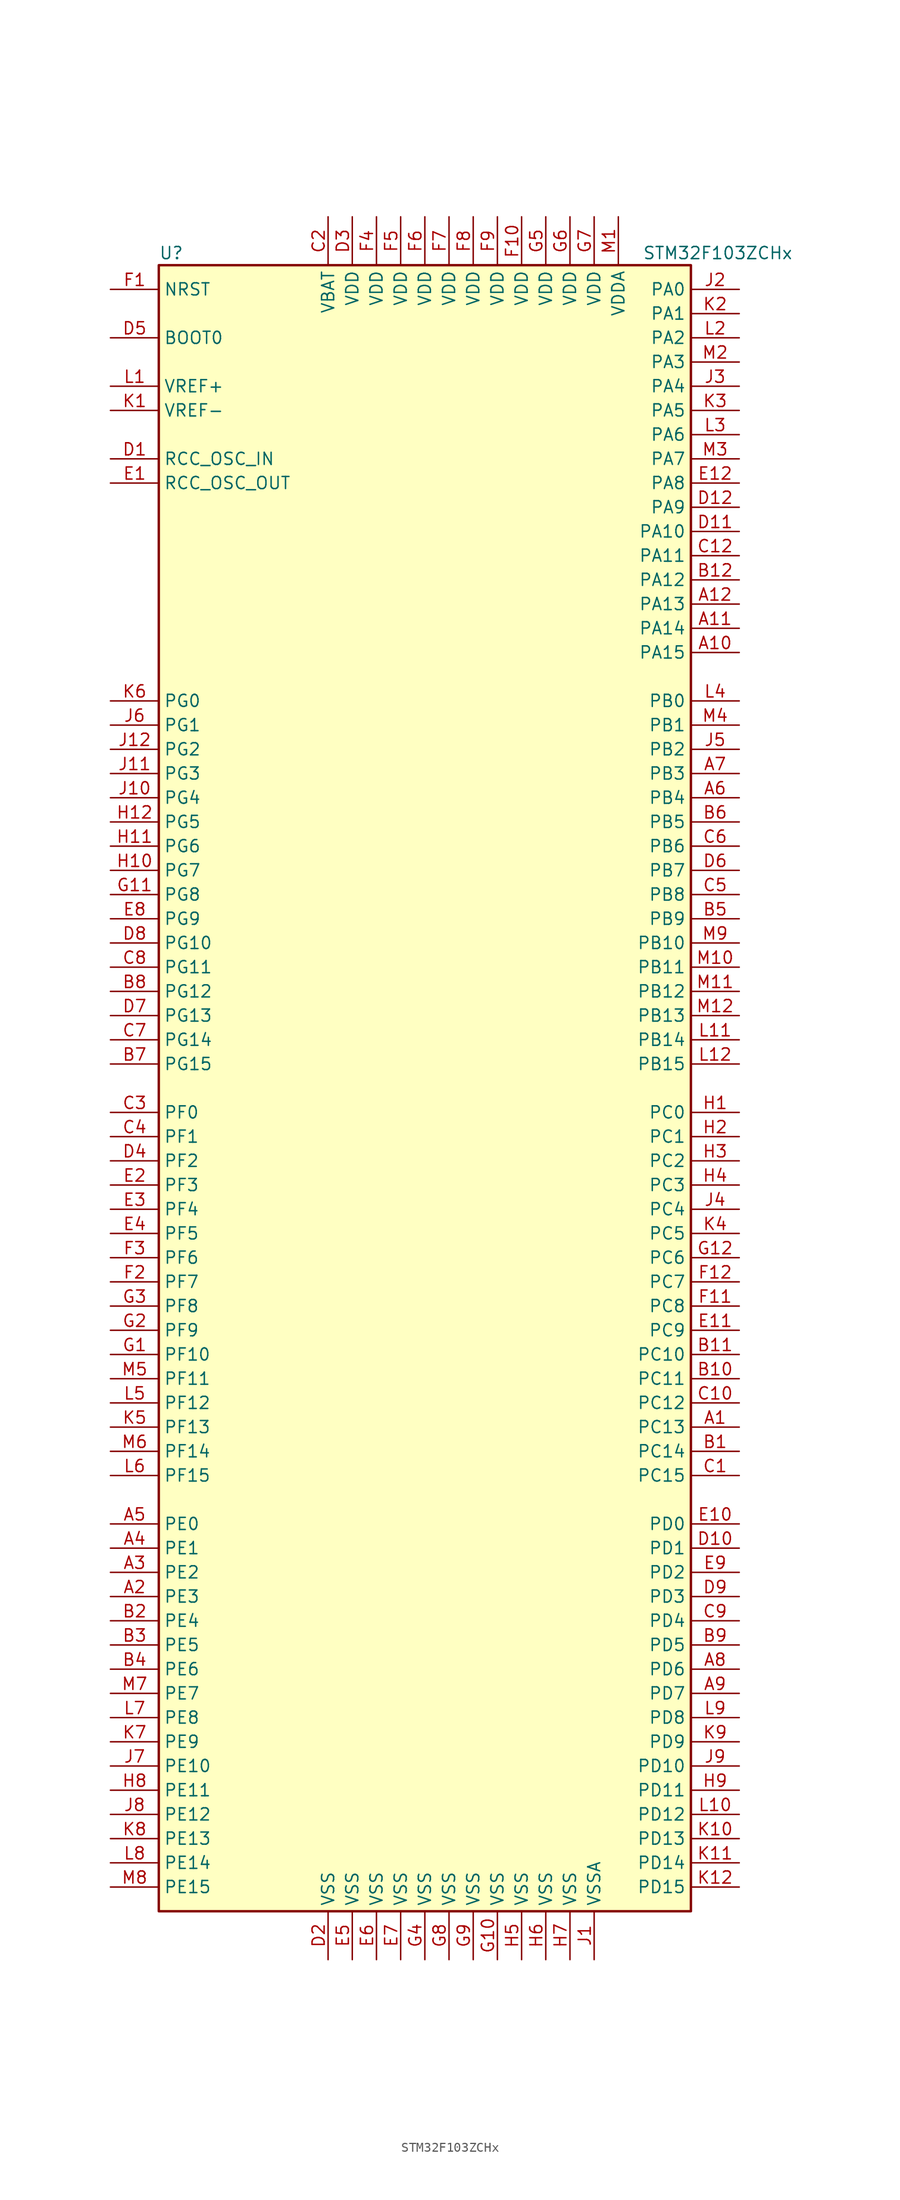
<source format=kicad_sym>
(kicad_symbol_lib
  (version 20201005)
  (generator kicad_symbol_editor)
  (symbol "STM32F103ZCHx"
    (property "Reference" "U"
      (at -27.94 87.63 0)
      (effects (font (size 1.27 1.27)) (justify left)))
    (property "Value" "STM32F103ZCHx"
      (at 22.86 87.63 0)
      (effects (font (size 1.27 1.27)) (justify left)))
    (symbol "STM32F103ZCHx_0_1"
      (rectangle (start -27.94 -86.36) (end 27.94 86.36) (stroke (width 0.254)) (fill (type background))))
    (symbol "STM32F103ZCHx_1_1"
      (pin input line (at -33.02 78.74 0) (length 5.08) (name "BOOT0" (effects (font (size 1.27 1.27)))) (number "D5" (effects (font (size 1.27 1.27)))))
      (pin no_connect line (at -27.94 -83.82 0) (length 5.08) hide (name "NC" (effects (font (size 1.27 1.27)))) (number "C11" (effects (font (size 1.27 1.27)))))
      (pin input line (at -33.02 83.82 0) (length 5.08) (name "NRST" (effects (font (size 1.27 1.27)))) (number "F1" (effects (font (size 1.27 1.27)))))
      (pin bidirectional line (at 33.02 83.82 180) (length 5.08) (name "PA0" (effects (font (size 1.27 1.27)))) (number "J2" (effects (font (size 1.27 1.27)))))
      (pin bidirectional line (at 33.02 81.28 180) (length 5.08) (name "PA1" (effects (font (size 1.27 1.27)))) (number "K2" (effects (font (size 1.27 1.27)))))
      (pin bidirectional line (at 33.02 58.42 180) (length 5.08) (name "PA10" (effects (font (size 1.27 1.27)))) (number "D11" (effects (font (size 1.27 1.27)))))
      (pin bidirectional line (at 33.02 55.88 180) (length 5.08) (name "PA11" (effects (font (size 1.27 1.27)))) (number "C12" (effects (font (size 1.27 1.27)))))
      (pin bidirectional line (at 33.02 53.34 180) (length 5.08) (name "PA12" (effects (font (size 1.27 1.27)))) (number "B12" (effects (font (size 1.27 1.27)))))
      (pin bidirectional line (at 33.02 50.8 180) (length 5.08) (name "PA13" (effects (font (size 1.27 1.27)))) (number "A12" (effects (font (size 1.27 1.27)))))
      (pin bidirectional line (at 33.02 48.26 180) (length 5.08) (name "PA14" (effects (font (size 1.27 1.27)))) (number "A11" (effects (font (size 1.27 1.27)))))
      (pin bidirectional line (at 33.02 45.72 180) (length 5.08) (name "PA15" (effects (font (size 1.27 1.27)))) (number "A10" (effects (font (size 1.27 1.27)))))
      (pin bidirectional line (at 33.02 78.74 180) (length 5.08) (name "PA2" (effects (font (size 1.27 1.27)))) (number "L2" (effects (font (size 1.27 1.27)))))
      (pin bidirectional line (at 33.02 76.2 180) (length 5.08) (name "PA3" (effects (font (size 1.27 1.27)))) (number "M2" (effects (font (size 1.27 1.27)))))
      (pin bidirectional line (at 33.02 73.66 180) (length 5.08) (name "PA4" (effects (font (size 1.27 1.27)))) (number "J3" (effects (font (size 1.27 1.27)))))
      (pin bidirectional line (at 33.02 71.12 180) (length 5.08) (name "PA5" (effects (font (size 1.27 1.27)))) (number "K3" (effects (font (size 1.27 1.27)))))
      (pin bidirectional line (at 33.02 68.58 180) (length 5.08) (name "PA6" (effects (font (size 1.27 1.27)))) (number "L3" (effects (font (size 1.27 1.27)))))
      (pin bidirectional line (at 33.02 66.04 180) (length 5.08) (name "PA7" (effects (font (size 1.27 1.27)))) (number "M3" (effects (font (size 1.27 1.27)))))
      (pin bidirectional line (at 33.02 63.5 180) (length 5.08) (name "PA8" (effects (font (size 1.27 1.27)))) (number "E12" (effects (font (size 1.27 1.27)))))
      (pin bidirectional line (at 33.02 60.96 180) (length 5.08) (name "PA9" (effects (font (size 1.27 1.27)))) (number "D12" (effects (font (size 1.27 1.27)))))
      (pin bidirectional line (at 33.02 40.64 180) (length 5.08) (name "PB0" (effects (font (size 1.27 1.27)))) (number "L4" (effects (font (size 1.27 1.27)))))
      (pin bidirectional line (at 33.02 38.1 180) (length 5.08) (name "PB1" (effects (font (size 1.27 1.27)))) (number "M4" (effects (font (size 1.27 1.27)))))
      (pin bidirectional line (at 33.02 15.24 180) (length 5.08) (name "PB10" (effects (font (size 1.27 1.27)))) (number "M9" (effects (font (size 1.27 1.27)))))
      (pin bidirectional line (at 33.02 12.7 180) (length 5.08) (name "PB11" (effects (font (size 1.27 1.27)))) (number "M10" (effects (font (size 1.27 1.27)))))
      (pin bidirectional line (at 33.02 10.16 180) (length 5.08) (name "PB12" (effects (font (size 1.27 1.27)))) (number "M11" (effects (font (size 1.27 1.27)))))
      (pin bidirectional line (at 33.02 7.62 180) (length 5.08) (name "PB13" (effects (font (size 1.27 1.27)))) (number "M12" (effects (font (size 1.27 1.27)))))
      (pin bidirectional line (at 33.02 5.08 180) (length 5.08) (name "PB14" (effects (font (size 1.27 1.27)))) (number "L11" (effects (font (size 1.27 1.27)))))
      (pin bidirectional line (at 33.02 2.54 180) (length 5.08) (name "PB15" (effects (font (size 1.27 1.27)))) (number "L12" (effects (font (size 1.27 1.27)))))
      (pin bidirectional line (at 33.02 35.56 180) (length 5.08) (name "PB2" (effects (font (size 1.27 1.27)))) (number "J5" (effects (font (size 1.27 1.27)))))
      (pin bidirectional line (at 33.02 33.02 180) (length 5.08) (name "PB3" (effects (font (size 1.27 1.27)))) (number "A7" (effects (font (size 1.27 1.27)))))
      (pin bidirectional line (at 33.02 30.48 180) (length 5.08) (name "PB4" (effects (font (size 1.27 1.27)))) (number "A6" (effects (font (size 1.27 1.27)))))
      (pin bidirectional line (at 33.02 27.94 180) (length 5.08) (name "PB5" (effects (font (size 1.27 1.27)))) (number "B6" (effects (font (size 1.27 1.27)))))
      (pin bidirectional line (at 33.02 25.4 180) (length 5.08) (name "PB6" (effects (font (size 1.27 1.27)))) (number "C6" (effects (font (size 1.27 1.27)))))
      (pin bidirectional line (at 33.02 22.86 180) (length 5.08) (name "PB7" (effects (font (size 1.27 1.27)))) (number "D6" (effects (font (size 1.27 1.27)))))
      (pin bidirectional line (at 33.02 20.32 180) (length 5.08) (name "PB8" (effects (font (size 1.27 1.27)))) (number "C5" (effects (font (size 1.27 1.27)))))
      (pin bidirectional line (at 33.02 17.78 180) (length 5.08) (name "PB9" (effects (font (size 1.27 1.27)))) (number "B5" (effects (font (size 1.27 1.27)))))
      (pin bidirectional line (at 33.02 -2.54 180) (length 5.08) (name "PC0" (effects (font (size 1.27 1.27)))) (number "H1" (effects (font (size 1.27 1.27)))))
      (pin bidirectional line (at 33.02 -5.08 180) (length 5.08) (name "PC1" (effects (font (size 1.27 1.27)))) (number "H2" (effects (font (size 1.27 1.27)))))
      (pin bidirectional line (at 33.02 -27.94 180) (length 5.08) (name "PC10" (effects (font (size 1.27 1.27)))) (number "B11" (effects (font (size 1.27 1.27)))))
      (pin bidirectional line (at 33.02 -30.48 180) (length 5.08) (name "PC11" (effects (font (size 1.27 1.27)))) (number "B10" (effects (font (size 1.27 1.27)))))
      (pin bidirectional line (at 33.02 -33.02 180) (length 5.08) (name "PC12" (effects (font (size 1.27 1.27)))) (number "C10" (effects (font (size 1.27 1.27)))))
      (pin bidirectional line (at 33.02 -35.56 180) (length 5.08) (name "PC13" (effects (font (size 1.27 1.27)))) (number "A1" (effects (font (size 1.27 1.27)))))
      (pin bidirectional line (at 33.02 -38.1 180) (length 5.08) (name "PC14" (effects (font (size 1.27 1.27)))) (number "B1" (effects (font (size 1.27 1.27)))))
      (pin bidirectional line (at 33.02 -40.64 180) (length 5.08) (name "PC15" (effects (font (size 1.27 1.27)))) (number "C1" (effects (font (size 1.27 1.27)))))
      (pin bidirectional line (at 33.02 -7.62 180) (length 5.08) (name "PC2" (effects (font (size 1.27 1.27)))) (number "H3" (effects (font (size 1.27 1.27)))))
      (pin bidirectional line (at 33.02 -10.16 180) (length 5.08) (name "PC3" (effects (font (size 1.27 1.27)))) (number "H4" (effects (font (size 1.27 1.27)))))
      (pin bidirectional line (at 33.02 -12.7 180) (length 5.08) (name "PC4" (effects (font (size 1.27 1.27)))) (number "J4" (effects (font (size 1.27 1.27)))))
      (pin bidirectional line (at 33.02 -15.24 180) (length 5.08) (name "PC5" (effects (font (size 1.27 1.27)))) (number "K4" (effects (font (size 1.27 1.27)))))
      (pin bidirectional line (at 33.02 -17.78 180) (length 5.08) (name "PC6" (effects (font (size 1.27 1.27)))) (number "G12" (effects (font (size 1.27 1.27)))))
      (pin bidirectional line (at 33.02 -20.32 180) (length 5.08) (name "PC7" (effects (font (size 1.27 1.27)))) (number "F12" (effects (font (size 1.27 1.27)))))
      (pin bidirectional line (at 33.02 -22.86 180) (length 5.08) (name "PC8" (effects (font (size 1.27 1.27)))) (number "F11" (effects (font (size 1.27 1.27)))))
      (pin bidirectional line (at 33.02 -25.4 180) (length 5.08) (name "PC9" (effects (font (size 1.27 1.27)))) (number "E11" (effects (font (size 1.27 1.27)))))
      (pin bidirectional line (at 33.02 -45.72 180) (length 5.08) (name "PD0" (effects (font (size 1.27 1.27)))) (number "E10" (effects (font (size 1.27 1.27)))))
      (pin bidirectional line (at 33.02 -48.26 180) (length 5.08) (name "PD1" (effects (font (size 1.27 1.27)))) (number "D10" (effects (font (size 1.27 1.27)))))
      (pin bidirectional line (at 33.02 -71.12 180) (length 5.08) (name "PD10" (effects (font (size 1.27 1.27)))) (number "J9" (effects (font (size 1.27 1.27)))))
      (pin bidirectional line (at 33.02 -73.66 180) (length 5.08) (name "PD11" (effects (font (size 1.27 1.27)))) (number "H9" (effects (font (size 1.27 1.27)))))
      (pin bidirectional line (at 33.02 -76.2 180) (length 5.08) (name "PD12" (effects (font (size 1.27 1.27)))) (number "L10" (effects (font (size 1.27 1.27)))))
      (pin bidirectional line (at 33.02 -78.74 180) (length 5.08) (name "PD13" (effects (font (size 1.27 1.27)))) (number "K10" (effects (font (size 1.27 1.27)))))
      (pin bidirectional line (at 33.02 -81.28 180) (length 5.08) (name "PD14" (effects (font (size 1.27 1.27)))) (number "K11" (effects (font (size 1.27 1.27)))))
      (pin bidirectional line (at 33.02 -83.82 180) (length 5.08) (name "PD15" (effects (font (size 1.27 1.27)))) (number "K12" (effects (font (size 1.27 1.27)))))
      (pin bidirectional line (at 33.02 -50.8 180) (length 5.08) (name "PD2" (effects (font (size 1.27 1.27)))) (number "E9" (effects (font (size 1.27 1.27)))))
      (pin bidirectional line (at 33.02 -53.34 180) (length 5.08) (name "PD3" (effects (font (size 1.27 1.27)))) (number "D9" (effects (font (size 1.27 1.27)))))
      (pin bidirectional line (at 33.02 -55.88 180) (length 5.08) (name "PD4" (effects (font (size 1.27 1.27)))) (number "C9" (effects (font (size 1.27 1.27)))))
      (pin bidirectional line (at 33.02 -58.42 180) (length 5.08) (name "PD5" (effects (font (size 1.27 1.27)))) (number "B9" (effects (font (size 1.27 1.27)))))
      (pin bidirectional line (at 33.02 -60.96 180) (length 5.08) (name "PD6" (effects (font (size 1.27 1.27)))) (number "A8" (effects (font (size 1.27 1.27)))))
      (pin bidirectional line (at 33.02 -63.5 180) (length 5.08) (name "PD7" (effects (font (size 1.27 1.27)))) (number "A9" (effects (font (size 1.27 1.27)))))
      (pin bidirectional line (at 33.02 -66.04 180) (length 5.08) (name "PD8" (effects (font (size 1.27 1.27)))) (number "L9" (effects (font (size 1.27 1.27)))))
      (pin bidirectional line (at 33.02 -68.58 180) (length 5.08) (name "PD9" (effects (font (size 1.27 1.27)))) (number "K9" (effects (font (size 1.27 1.27)))))
      (pin bidirectional line (at -33.02 -45.72 0) (length 5.08) (name "PE0" (effects (font (size 1.27 1.27)))) (number "A5" (effects (font (size 1.27 1.27)))))
      (pin bidirectional line (at -33.02 -48.26 0) (length 5.08) (name "PE1" (effects (font (size 1.27 1.27)))) (number "A4" (effects (font (size 1.27 1.27)))))
      (pin bidirectional line (at -33.02 -71.12 0) (length 5.08) (name "PE10" (effects (font (size 1.27 1.27)))) (number "J7" (effects (font (size 1.27 1.27)))))
      (pin bidirectional line (at -33.02 -73.66 0) (length 5.08) (name "PE11" (effects (font (size 1.27 1.27)))) (number "H8" (effects (font (size 1.27 1.27)))))
      (pin bidirectional line (at -33.02 -76.2 0) (length 5.08) (name "PE12" (effects (font (size 1.27 1.27)))) (number "J8" (effects (font (size 1.27 1.27)))))
      (pin bidirectional line (at -33.02 -78.74 0) (length 5.08) (name "PE13" (effects (font (size 1.27 1.27)))) (number "K8" (effects (font (size 1.27 1.27)))))
      (pin bidirectional line (at -33.02 -81.28 0) (length 5.08) (name "PE14" (effects (font (size 1.27 1.27)))) (number "L8" (effects (font (size 1.27 1.27)))))
      (pin bidirectional line (at -33.02 -83.82 0) (length 5.08) (name "PE15" (effects (font (size 1.27 1.27)))) (number "M8" (effects (font (size 1.27 1.27)))))
      (pin bidirectional line (at -33.02 -50.8 0) (length 5.08) (name "PE2" (effects (font (size 1.27 1.27)))) (number "A3" (effects (font (size 1.27 1.27)))))
      (pin bidirectional line (at -33.02 -53.34 0) (length 5.08) (name "PE3" (effects (font (size 1.27 1.27)))) (number "A2" (effects (font (size 1.27 1.27)))))
      (pin bidirectional line (at -33.02 -55.88 0) (length 5.08) (name "PE4" (effects (font (size 1.27 1.27)))) (number "B2" (effects (font (size 1.27 1.27)))))
      (pin bidirectional line (at -33.02 -58.42 0) (length 5.08) (name "PE5" (effects (font (size 1.27 1.27)))) (number "B3" (effects (font (size 1.27 1.27)))))
      (pin bidirectional line (at -33.02 -60.96 0) (length 5.08) (name "PE6" (effects (font (size 1.27 1.27)))) (number "B4" (effects (font (size 1.27 1.27)))))
      (pin bidirectional line (at -33.02 -63.5 0) (length 5.08) (name "PE7" (effects (font (size 1.27 1.27)))) (number "M7" (effects (font (size 1.27 1.27)))))
      (pin bidirectional line (at -33.02 -66.04 0) (length 5.08) (name "PE8" (effects (font (size 1.27 1.27)))) (number "L7" (effects (font (size 1.27 1.27)))))
      (pin bidirectional line (at -33.02 -68.58 0) (length 5.08) (name "PE9" (effects (font (size 1.27 1.27)))) (number "K7" (effects (font (size 1.27 1.27)))))
      (pin bidirectional line (at -33.02 -2.54 0) (length 5.08) (name "PF0" (effects (font (size 1.27 1.27)))) (number "C3" (effects (font (size 1.27 1.27)))))
      (pin bidirectional line (at -33.02 -5.08 0) (length 5.08) (name "PF1" (effects (font (size 1.27 1.27)))) (number "C4" (effects (font (size 1.27 1.27)))))
      (pin bidirectional line (at -33.02 -27.94 0) (length 5.08) (name "PF10" (effects (font (size 1.27 1.27)))) (number "G1" (effects (font (size 1.27 1.27)))))
      (pin bidirectional line (at -33.02 -30.48 0) (length 5.08) (name "PF11" (effects (font (size 1.27 1.27)))) (number "M5" (effects (font (size 1.27 1.27)))))
      (pin bidirectional line (at -33.02 -33.02 0) (length 5.08) (name "PF12" (effects (font (size 1.27 1.27)))) (number "L5" (effects (font (size 1.27 1.27)))))
      (pin bidirectional line (at -33.02 -35.56 0) (length 5.08) (name "PF13" (effects (font (size 1.27 1.27)))) (number "K5" (effects (font (size 1.27 1.27)))))
      (pin bidirectional line (at -33.02 -38.1 0) (length 5.08) (name "PF14" (effects (font (size 1.27 1.27)))) (number "M6" (effects (font (size 1.27 1.27)))))
      (pin bidirectional line (at -33.02 -40.64 0) (length 5.08) (name "PF15" (effects (font (size 1.27 1.27)))) (number "L6" (effects (font (size 1.27 1.27)))))
      (pin bidirectional line (at -33.02 -7.62 0) (length 5.08) (name "PF2" (effects (font (size 1.27 1.27)))) (number "D4" (effects (font (size 1.27 1.27)))))
      (pin bidirectional line (at -33.02 -10.16 0) (length 5.08) (name "PF3" (effects (font (size 1.27 1.27)))) (number "E2" (effects (font (size 1.27 1.27)))))
      (pin bidirectional line (at -33.02 -12.7 0) (length 5.08) (name "PF4" (effects (font (size 1.27 1.27)))) (number "E3" (effects (font (size 1.27 1.27)))))
      (pin bidirectional line (at -33.02 -15.24 0) (length 5.08) (name "PF5" (effects (font (size 1.27 1.27)))) (number "E4" (effects (font (size 1.27 1.27)))))
      (pin bidirectional line (at -33.02 -17.78 0) (length 5.08) (name "PF6" (effects (font (size 1.27 1.27)))) (number "F3" (effects (font (size 1.27 1.27)))))
      (pin bidirectional line (at -33.02 -20.32 0) (length 5.08) (name "PF7" (effects (font (size 1.27 1.27)))) (number "F2" (effects (font (size 1.27 1.27)))))
      (pin bidirectional line (at -33.02 -22.86 0) (length 5.08) (name "PF8" (effects (font (size 1.27 1.27)))) (number "G3" (effects (font (size 1.27 1.27)))))
      (pin bidirectional line (at -33.02 -25.4 0) (length 5.08) (name "PF9" (effects (font (size 1.27 1.27)))) (number "G2" (effects (font (size 1.27 1.27)))))
      (pin bidirectional line (at -33.02 40.64 0) (length 5.08) (name "PG0" (effects (font (size 1.27 1.27)))) (number "K6" (effects (font (size 1.27 1.27)))))
      (pin bidirectional line (at -33.02 38.1 0) (length 5.08) (name "PG1" (effects (font (size 1.27 1.27)))) (number "J6" (effects (font (size 1.27 1.27)))))
      (pin bidirectional line (at -33.02 15.24 0) (length 5.08) (name "PG10" (effects (font (size 1.27 1.27)))) (number "D8" (effects (font (size 1.27 1.27)))))
      (pin bidirectional line (at -33.02 12.7 0) (length 5.08) (name "PG11" (effects (font (size 1.27 1.27)))) (number "C8" (effects (font (size 1.27 1.27)))))
      (pin bidirectional line (at -33.02 10.16 0) (length 5.08) (name "PG12" (effects (font (size 1.27 1.27)))) (number "B8" (effects (font (size 1.27 1.27)))))
      (pin bidirectional line (at -33.02 7.62 0) (length 5.08) (name "PG13" (effects (font (size 1.27 1.27)))) (number "D7" (effects (font (size 1.27 1.27)))))
      (pin bidirectional line (at -33.02 5.08 0) (length 5.08) (name "PG14" (effects (font (size 1.27 1.27)))) (number "C7" (effects (font (size 1.27 1.27)))))
      (pin bidirectional line (at -33.02 2.54 0) (length 5.08) (name "PG15" (effects (font (size 1.27 1.27)))) (number "B7" (effects (font (size 1.27 1.27)))))
      (pin bidirectional line (at -33.02 35.56 0) (length 5.08) (name "PG2" (effects (font (size 1.27 1.27)))) (number "J12" (effects (font (size 1.27 1.27)))))
      (pin bidirectional line (at -33.02 33.02 0) (length 5.08) (name "PG3" (effects (font (size 1.27 1.27)))) (number "J11" (effects (font (size 1.27 1.27)))))
      (pin bidirectional line (at -33.02 30.48 0) (length 5.08) (name "PG4" (effects (font (size 1.27 1.27)))) (number "J10" (effects (font (size 1.27 1.27)))))
      (pin bidirectional line (at -33.02 27.94 0) (length 5.08) (name "PG5" (effects (font (size 1.27 1.27)))) (number "H12" (effects (font (size 1.27 1.27)))))
      (pin bidirectional line (at -33.02 25.4 0) (length 5.08) (name "PG6" (effects (font (size 1.27 1.27)))) (number "H11" (effects (font (size 1.27 1.27)))))
      (pin bidirectional line (at -33.02 22.86 0) (length 5.08) (name "PG7" (effects (font (size 1.27 1.27)))) (number "H10" (effects (font (size 1.27 1.27)))))
      (pin bidirectional line (at -33.02 20.32 0) (length 5.08) (name "PG8" (effects (font (size 1.27 1.27)))) (number "G11" (effects (font (size 1.27 1.27)))))
      (pin bidirectional line (at -33.02 17.78 0) (length 5.08) (name "PG9" (effects (font (size 1.27 1.27)))) (number "E8" (effects (font (size 1.27 1.27)))))
      (pin input line (at -33.02 66.04 0) (length 5.08) (name "RCC_OSC_IN" (effects (font (size 1.27 1.27)))) (number "D1" (effects (font (size 1.27 1.27)))))
      (pin input line (at -33.02 63.5 0) (length 5.08) (name "RCC_OSC_OUT" (effects (font (size 1.27 1.27)))) (number "E1" (effects (font (size 1.27 1.27)))))
      (pin power_in line (at -10.16 91.44 270) (length 5.08) (name "VBAT" (effects (font (size 1.27 1.27)))) (number "C2" (effects (font (size 1.27 1.27)))))
      (pin power_in line (at -7.62 91.44 270) (length 5.08) (name "VDD" (effects (font (size 1.27 1.27)))) (number "D3" (effects (font (size 1.27 1.27)))))
      (pin power_in line (at 10.16 91.44 270) (length 5.08) (name "VDD" (effects (font (size 1.27 1.27)))) (number "F10" (effects (font (size 1.27 1.27)))))
      (pin power_in line (at -5.08 91.44 270) (length 5.08) (name "VDD" (effects (font (size 1.27 1.27)))) (number "F4" (effects (font (size 1.27 1.27)))))
      (pin power_in line (at -2.54 91.44 270) (length 5.08) (name "VDD" (effects (font (size 1.27 1.27)))) (number "F5" (effects (font (size 1.27 1.27)))))
      (pin power_in line (at 0 91.44 270) (length 5.08) (name "VDD" (effects (font (size 1.27 1.27)))) (number "F6" (effects (font (size 1.27 1.27)))))
      (pin power_in line (at 2.54 91.44 270) (length 5.08) (name "VDD" (effects (font (size 1.27 1.27)))) (number "F7" (effects (font (size 1.27 1.27)))))
      (pin power_in line (at 5.08 91.44 270) (length 5.08) (name "VDD" (effects (font (size 1.27 1.27)))) (number "F8" (effects (font (size 1.27 1.27)))))
      (pin power_in line (at 7.62 91.44 270) (length 5.08) (name "VDD" (effects (font (size 1.27 1.27)))) (number "F9" (effects (font (size 1.27 1.27)))))
      (pin power_in line (at 12.7 91.44 270) (length 5.08) (name "VDD" (effects (font (size 1.27 1.27)))) (number "G5" (effects (font (size 1.27 1.27)))))
      (pin power_in line (at 15.24 91.44 270) (length 5.08) (name "VDD" (effects (font (size 1.27 1.27)))) (number "G6" (effects (font (size 1.27 1.27)))))
      (pin power_in line (at 17.78 91.44 270) (length 5.08) (name "VDD" (effects (font (size 1.27 1.27)))) (number "G7" (effects (font (size 1.27 1.27)))))
      (pin power_in line (at 20.32 91.44 270) (length 5.08) (name "VDDA" (effects (font (size 1.27 1.27)))) (number "M1" (effects (font (size 1.27 1.27)))))
      (pin power_in line (at -33.02 73.66 0) (length 5.08) (name "VREF+" (effects (font (size 1.27 1.27)))) (number "L1" (effects (font (size 1.27 1.27)))))
      (pin power_in line (at -33.02 71.12 0) (length 5.08) (name "VREF-" (effects (font (size 1.27 1.27)))) (number "K1" (effects (font (size 1.27 1.27)))))
      (pin power_in line (at -10.16 -91.44 90) (length 5.08) (name "VSS" (effects (font (size 1.27 1.27)))) (number "D2" (effects (font (size 1.27 1.27)))))
      (pin power_in line (at -7.62 -91.44 90) (length 5.08) (name "VSS" (effects (font (size 1.27 1.27)))) (number "E5" (effects (font (size 1.27 1.27)))))
      (pin power_in line (at -5.08 -91.44 90) (length 5.08) (name "VSS" (effects (font (size 1.27 1.27)))) (number "E6" (effects (font (size 1.27 1.27)))))
      (pin power_in line (at -2.54 -91.44 90) (length 5.08) (name "VSS" (effects (font (size 1.27 1.27)))) (number "E7" (effects (font (size 1.27 1.27)))))
      (pin power_in line (at 7.62 -91.44 90) (length 5.08) (name "VSS" (effects (font (size 1.27 1.27)))) (number "G10" (effects (font (size 1.27 1.27)))))
      (pin power_in line (at 0 -91.44 90) (length 5.08) (name "VSS" (effects (font (size 1.27 1.27)))) (number "G4" (effects (font (size 1.27 1.27)))))
      (pin power_in line (at 2.54 -91.44 90) (length 5.08) (name "VSS" (effects (font (size 1.27 1.27)))) (number "G8" (effects (font (size 1.27 1.27)))))
      (pin power_in line (at 5.08 -91.44 90) (length 5.08) (name "VSS" (effects (font (size 1.27 1.27)))) (number "G9" (effects (font (size 1.27 1.27)))))
      (pin power_in line (at 10.16 -91.44 90) (length 5.08) (name "VSS" (effects (font (size 1.27 1.27)))) (number "H5" (effects (font (size 1.27 1.27)))))
      (pin power_in line (at 12.7 -91.44 90) (length 5.08) (name "VSS" (effects (font (size 1.27 1.27)))) (number "H6" (effects (font (size 1.27 1.27)))))
      (pin power_in line (at 15.24 -91.44 90) (length 5.08) (name "VSS" (effects (font (size 1.27 1.27)))) (number "H7" (effects (font (size 1.27 1.27)))))
      (pin power_in line (at 17.78 -91.44 90) (length 5.08) (name "VSSA" (effects (font (size 1.27 1.27)))) (number "J1" (effects (font (size 1.27 1.27))))))))
</source>
